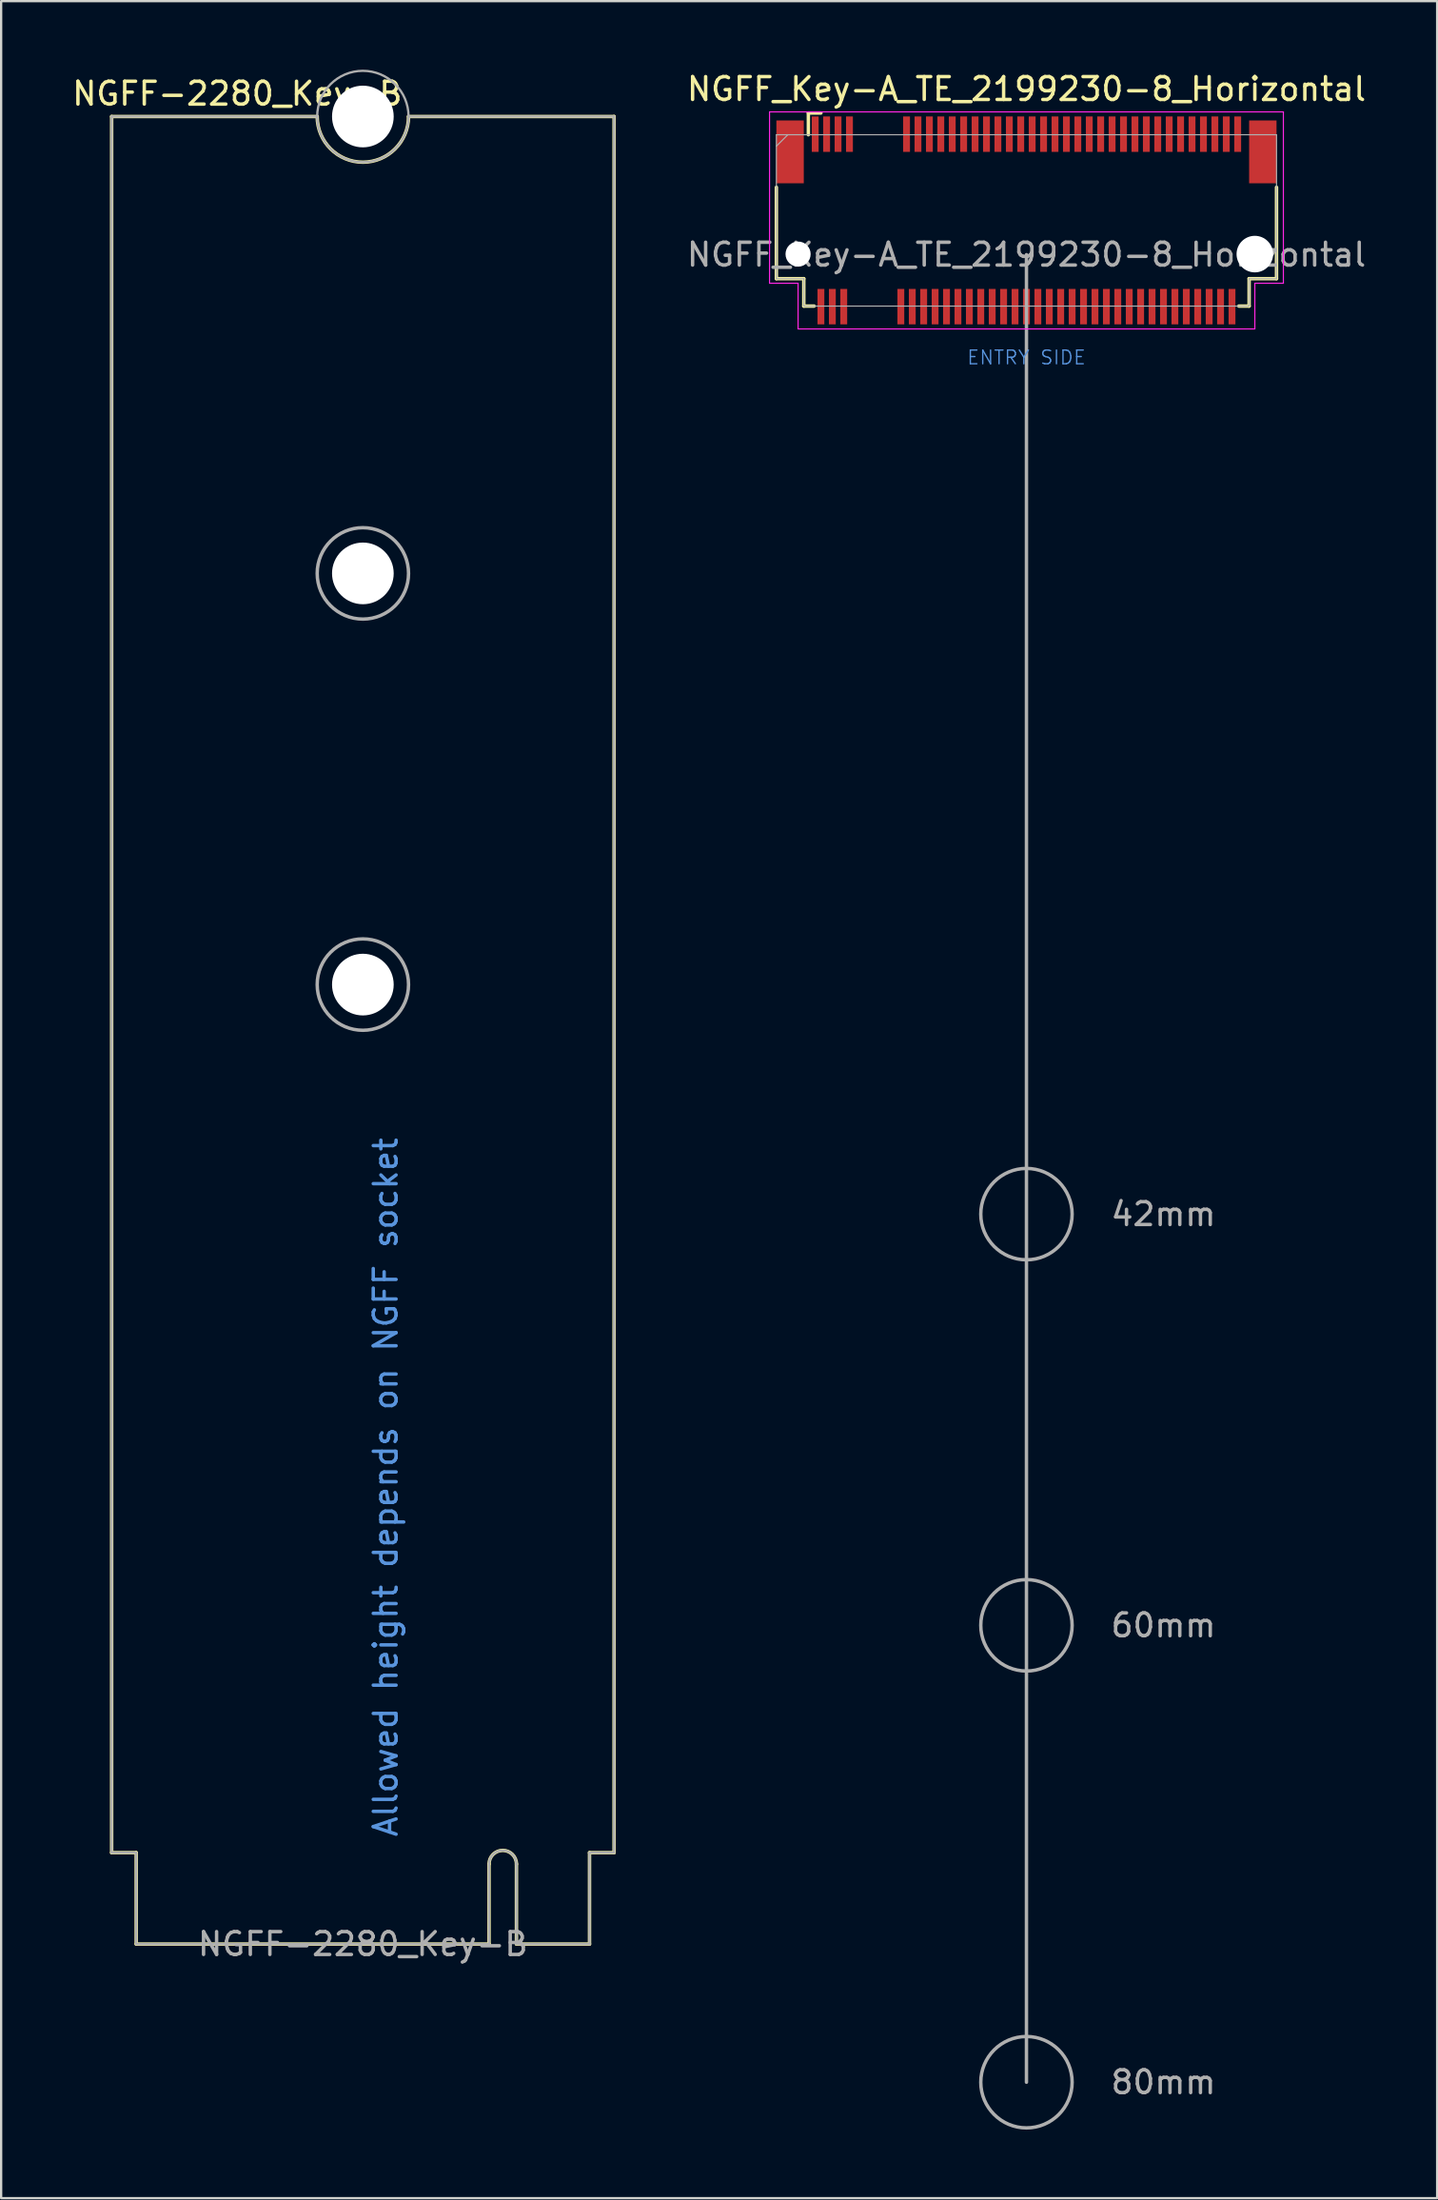
<source format=kicad_pcb>
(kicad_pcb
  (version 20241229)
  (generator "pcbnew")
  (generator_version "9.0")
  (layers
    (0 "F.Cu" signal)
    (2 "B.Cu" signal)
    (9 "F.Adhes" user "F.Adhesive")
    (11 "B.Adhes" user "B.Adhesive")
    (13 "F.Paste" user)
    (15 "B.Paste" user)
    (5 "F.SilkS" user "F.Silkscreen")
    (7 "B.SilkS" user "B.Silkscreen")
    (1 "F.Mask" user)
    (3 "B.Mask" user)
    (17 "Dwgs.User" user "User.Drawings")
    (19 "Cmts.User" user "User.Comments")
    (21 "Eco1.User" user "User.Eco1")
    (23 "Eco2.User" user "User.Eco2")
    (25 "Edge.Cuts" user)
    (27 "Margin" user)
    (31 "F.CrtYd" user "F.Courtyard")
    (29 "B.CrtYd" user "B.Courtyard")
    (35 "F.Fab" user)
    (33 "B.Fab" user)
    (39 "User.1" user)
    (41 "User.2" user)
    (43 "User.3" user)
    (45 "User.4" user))
  (footprint "NGFF_Key-A_TE_2199230-8_Horizontal"
    (layer "F.Cu")
    (at 41.896 8.098)
    (property "Reference" "NGFF_Key-A_TE_2199230-8_Horizontal" (at 0 -7.25 0) (layer "F.SilkS") (effects (font (size 1 1) (thickness 0.15))))
    (attr through_hole)
    (fp_line (start -10.95 1.05) (end -10.95 -2.95) (stroke (width 0.15) (type solid)) (layer "F.SilkS"))
    (fp_line (start -9.75 1.05) (end -10.95 1.05) (stroke (width 0.15) (type solid)) (layer "F.SilkS"))
    (fp_line (start -9.75 2.25) (end -9.75 1.05) (stroke (width 0.15) (type solid)) (layer "F.SilkS"))
    (fp_line (start -9.55 -6.2) (end -9 -6.2) (stroke (width 0.15) (type solid)) (layer "F.SilkS"))
    (fp_line (start -9.55 -5.25) (end -9.55 -6.2) (stroke (width 0.15) (type solid)) (layer "F.SilkS"))
    (fp_line (start -9.3 2.25) (end -9.75 2.25) (stroke (width 0.15) (type solid)) (layer "F.SilkS"))
    (fp_line (start 9.75 1.05) (end 9.75 2.25) (stroke (width 0.15) (type solid)) (layer "F.SilkS"))
    (fp_line (start 9.75 2.25) (end 9.3 2.25) (stroke (width 0.15) (type solid)) (layer "F.SilkS"))
    (fp_line (start 10.95 1.05) (end 9.75 1.05) (stroke (width 0.15) (type solid)) (layer "F.SilkS"))
    (fp_line (start 10.95 1.05) (end 10.95 -2.95) (stroke (width 0.15) (type solid)) (layer "F.SilkS"))
    (fp_line (start -11.25 -6.25) (end 11.25 -6.25) (stroke (width 0.05) (type solid)) (layer "F.CrtYd"))
    (fp_line (start -11.25 1.25) (end -11.25 -6.25) (stroke (width 0.05) (type solid)) (layer "F.CrtYd"))
    (fp_line (start -10 1.25) (end -11.25 1.25) (stroke (width 0.05) (type solid)) (layer "F.CrtYd"))
    (fp_line (start -10 3.25) (end -10 1.25) (stroke (width 0.05) (type solid)) (layer "F.CrtYd"))
    (fp_line (start 10 1.25) (end 10 3.25) (stroke (width 0.05) (type solid)) (layer "F.CrtYd"))
    (fp_line (start 10 3.25) (end -10 3.25) (stroke (width 0.05) (type solid)) (layer "F.CrtYd"))
    (fp_line (start 11.25 -6.25) (end 11.25 1.25) (stroke (width 0.05) (type solid)) (layer "F.CrtYd"))
    (fp_line (start 11.25 1.25) (end 10 1.25) (stroke (width 0.05) (type solid)) (layer "F.CrtYd"))
    (fp_line (start -10.95 -5.25) (end -10.95 1.05) (stroke (width 0.05) (type solid)) (layer "F.Fab"))
    (fp_line (start -10.95 -5.25) (end 10.95 -5.25) (stroke (width 0.05) (type solid)) (layer "F.Fab"))
    (fp_line (start -10.95 -4.75) (end -10.45 -5.25) (stroke (width 0.05) (type solid)) (layer "F.Fab"))
    (fp_line (start -10.95 1.05) (end -9.75 1.05) (stroke (width 0.05) (type solid)) (layer "F.Fab"))
    (fp_line (start -9.75 1.05) (end -9.75 2.25) (stroke (width 0.05) (type solid)) (layer "F.Fab"))
    (fp_line (start -9.75 2.25) (end 9.75 2.25) (stroke (width 0.05) (type solid)) (layer "F.Fab"))
    (fp_line (start 0 80) (end 0 0) (stroke (width 0.15) (type solid)) (layer "F.Fab"))
    (fp_line (start 9.75 1.05) (end 9.75 2.25) (stroke (width 0.05) (type solid)) (layer "F.Fab"))
    (fp_line (start 10.95 1.05) (end 9.75 1.05) (stroke (width 0.05) (type solid)) (layer "F.Fab"))
    (fp_line (start 10.95 1.05) (end 10.95 -5.25) (stroke (width 0.05) (type solid)) (layer "F.Fab"))
    (fp_circle (center 0 42) (end 2 42) (stroke (width 0.15) (type solid)) (fill no) (layer "F.Fab"))
    (fp_circle (center 0 60) (end 2 60) (stroke (width 0.15) (type solid)) (fill no) (layer "F.Fab"))
    (fp_circle (center 0 80) (end 2 80) (stroke (width 0.15) (type solid)) (fill no) (layer "F.Fab"))
    (fp_text user "ENTRY SIDE" (at 0 4.5 0) (layer "Cmts.User") (effects (font (size 0.6 0.6) (thickness 0.06))))
    (fp_text user "${REFERENCE}" (at -10.1 -4.8 0) (layer "Eco1.User") (effects (font (size 0.3 0.3) (thickness 0.03))))
    (fp_text user "${REFERENCE}" (at 0 0 0) (layer "F.Fab") (effects (font (size 1 1) (thickness 0.15))))
    (fp_text user "42mm" (at 6 42 0) (layer "F.Fab") (effects (font (size 1 1) (thickness 0.15))))
    (fp_text user "80mm" (at 6 80 0) (layer "F.Fab") (effects (font (size 1 1) (thickness 0.15))))
    (fp_text user "60mm" (at 6 60 0) (layer "F.Fab") (effects (font (size 1 1) (thickness 0.15))))
    (pad "" smd rect (at -10.35 -4.5) (size 1.2 2.75) (layers "F.Cu" "F.Mask" "F.Paste"))
    (pad "" np_thru_hole circle (at -10 -0.025) (size 1.1 1.1) (drill 1.1) (layers "*.Cu"))
    (pad "" np_thru_hole circle (at 10 -0.025) (size 1.6 1.6) (drill 1.6) (layers "*.Cu"))
    (pad "" smd rect (at 10.35 -4.5) (size 1.2 2.75) (layers "F.Cu" "F.Mask" "F.Paste"))
    (pad "1" smd rect (at -9.25 -5.275) (size 0.3 1.55) (layers "F.Cu" "F.Mask" "F.Paste"))
    (pad "2" smd rect (at -9 2.275) (size 0.3 1.55) (layers "F.Cu" "F.Mask" "F.Paste"))
    (pad "3" smd rect (at -8.75 -5.275) (size 0.3 1.55) (layers "F.Cu" "F.Mask" "F.Paste"))
    (pad "4" smd rect (at -8.5 2.275) (size 0.3 1.55) (layers "F.Cu" "F.Mask" "F.Paste"))
    (pad "5" smd rect (at -8.25 -5.275) (size 0.3 1.55) (layers "F.Cu" "F.Mask" "F.Paste"))
    (pad "6" smd rect (at -8 2.275) (size 0.3 1.55) (layers "F.Cu" "F.Mask" "F.Paste"))
    (pad "7" smd rect (at -7.75 -5.275) (size 0.3 1.55) (layers "F.Cu" "F.Mask" "F.Paste"))
    (pad "16" smd rect (at -5.5 2.275) (size 0.3 1.55) (layers "F.Cu" "F.Mask" "F.Paste"))
    (pad "17" smd rect (at -5.25 -5.275) (size 0.3 1.55) (layers "F.Cu" "F.Mask" "F.Paste"))
    (pad "18" smd rect (at -5 2.275) (size 0.3 1.55) (layers "F.Cu" "F.Mask" "F.Paste"))
    (pad "19" smd rect (at -4.75 -5.275) (size 0.3 1.55) (layers "F.Cu" "F.Mask" "F.Paste"))
    (pad "20" smd rect (at -4.5 2.275) (size 0.3 1.55) (layers "F.Cu" "F.Mask" "F.Paste"))
    (pad "21" smd rect (at -4.25 -5.275) (size 0.3 1.55) (layers "F.Cu" "F.Mask" "F.Paste"))
    (pad "22" smd rect (at -4 2.275) (size 0.3 1.55) (layers "F.Cu" "F.Mask" "F.Paste"))
    (pad "23" smd rect (at -3.75 -5.275) (size 0.3 1.55) (layers "F.Cu" "F.Mask" "F.Paste"))
    (pad "24" smd rect (at -3.5 2.275) (size 0.3 1.55) (layers "F.Cu" "F.Mask" "F.Paste"))
    (pad "25" smd rect (at -3.25 -5.275) (size 0.3 1.55) (layers "F.Cu" "F.Mask" "F.Paste"))
    (pad "26" smd rect (at -3 2.275) (size 0.3 1.55) (layers "F.Cu" "F.Mask" "F.Paste"))
    (pad "27" smd rect (at -2.75 -5.275) (size 0.3 1.55) (layers "F.Cu" "F.Mask" "F.Paste"))
    (pad "28" smd rect (at -2.5 2.275) (size 0.3 1.55) (layers "F.Cu" "F.Mask" "F.Paste"))
    (pad "29" smd rect (at -2.25 -5.275) (size 0.3 1.55) (layers "F.Cu" "F.Mask" "F.Paste"))
    (pad "30" smd rect (at -2 2.275) (size 0.3 1.55) (layers "F.Cu" "F.Mask" "F.Paste"))
    (pad "31" smd rect (at -1.75 -5.275) (size 0.3 1.55) (layers "F.Cu" "F.Mask" "F.Paste"))
    (pad "32" smd rect (at -1.5 2.275) (size 0.3 1.55) (layers "F.Cu" "F.Mask" "F.Paste"))
    (pad "33" smd rect (at -1.25 -5.275) (size 0.3 1.55) (layers "F.Cu" "F.Mask" "F.Paste"))
    (pad "34" smd rect (at -1 2.275) (size 0.3 1.55) (layers "F.Cu" "F.Mask" "F.Paste"))
    (pad "35" smd rect (at -0.75 -5.275) (size 0.3 1.55) (layers "F.Cu" "F.Mask" "F.Paste"))
    (pad "36" smd rect (at -0.5 2.275) (size 0.3 1.55) (layers "F.Cu" "F.Mask" "F.Paste"))
    (pad "37" smd rect (at -0.25 -5.275) (size 0.3 1.55) (layers "F.Cu" "F.Mask" "F.Paste"))
    (pad "38" smd rect (at 0 2.275) (size 0.3 1.55) (layers "F.Cu" "F.Mask" "F.Paste"))
    (pad "39" smd rect (at 0.25 -5.275) (size 0.3 1.55) (layers "F.Cu" "F.Mask" "F.Paste"))
    (pad "40" smd rect (at 0.5 2.275) (size 0.3 1.55) (layers "F.Cu" "F.Mask" "F.Paste"))
    (pad "41" smd rect (at 0.75 -5.275) (size 0.3 1.55) (layers "F.Cu" "F.Mask" "F.Paste"))
    (pad "42" smd rect (at 1 2.275) (size 0.3 1.55) (layers "F.Cu" "F.Mask" "F.Paste"))
    (pad "43" smd rect (at 1.25 -5.275) (size 0.3 1.55) (layers "F.Cu" "F.Mask" "F.Paste"))
    (pad "44" smd rect (at 1.5 2.275) (size 0.3 1.55) (layers "F.Cu" "F.Mask" "F.Paste"))
    (pad "45" smd rect (at 1.75 -5.275) (size 0.3 1.55) (layers "F.Cu" "F.Mask" "F.Paste"))
    (pad "46" smd rect (at 2 2.275) (size 0.3 1.55) (layers "F.Cu" "F.Mask" "F.Paste"))
    (pad "47" smd rect (at 2.25 -5.275) (size 0.3 1.55) (layers "F.Cu" "F.Mask" "F.Paste"))
    (pad "48" smd rect (at 2.5 2.275) (size 0.3 1.55) (layers "F.Cu" "F.Mask" "F.Paste"))
    (pad "49" smd rect (at 2.75 -5.275) (size 0.3 1.55) (layers "F.Cu" "F.Mask" "F.Paste"))
    (pad "50" smd rect (at 3 2.275) (size 0.3 1.55) (layers "F.Cu" "F.Mask" "F.Paste"))
    (pad "51" smd rect (at 3.25 -5.275) (size 0.3 1.55) (layers "F.Cu" "F.Mask" "F.Paste"))
    (pad "52" smd rect (at 3.5 2.275) (size 0.3 1.55) (layers "F.Cu" "F.Mask" "F.Paste"))
    (pad "53" smd rect (at 3.75 -5.275) (size 0.3 1.55) (layers "F.Cu" "F.Mask" "F.Paste"))
    (pad "54" smd rect (at 4 2.275) (size 0.3 1.55) (layers "F.Cu" "F.Mask" "F.Paste"))
    (pad "55" smd rect (at 4.25 -5.275) (size 0.3 1.55) (layers "F.Cu" "F.Mask" "F.Paste"))
    (pad "56" smd rect (at 4.5 2.275) (size 0.3 1.55) (layers "F.Cu" "F.Mask" "F.Paste"))
    (pad "57" smd rect (at 4.75 -5.275) (size 0.3 1.55) (layers "F.Cu" "F.Mask" "F.Paste"))
    (pad "58" smd rect (at 5 2.275) (size 0.3 1.55) (layers "F.Cu" "F.Mask" "F.Paste"))
    (pad "59" smd rect (at 5.25 -5.275) (size 0.3 1.55) (layers "F.Cu" "F.Mask" "F.Paste"))
    (pad "60" smd rect (at 5.5 2.275) (size 0.3 1.55) (layers "F.Cu" "F.Mask" "F.Paste"))
    (pad "61" smd rect (at 5.75 -5.275) (size 0.3 1.55) (layers "F.Cu" "F.Mask" "F.Paste"))
    (pad "62" smd rect (at 6 2.275) (size 0.3 1.55) (layers "F.Cu" "F.Mask" "F.Paste"))
    (pad "63" smd rect (at 6.25 -5.275) (size 0.3 1.55) (layers "F.Cu" "F.Mask" "F.Paste"))
    (pad "64" smd rect (at 6.5 2.275) (size 0.3 1.55) (layers "F.Cu" "F.Mask" "F.Paste"))
    (pad "65" smd rect (at 6.75 -5.275) (size 0.3 1.55) (layers "F.Cu" "F.Mask" "F.Paste"))
    (pad "66" smd rect (at 7 2.275) (size 0.3 1.55) (layers "F.Cu" "F.Mask" "F.Paste"))
    (pad "67" smd rect (at 7.25 -5.275) (size 0.3 1.55) (layers "F.Cu" "F.Mask" "F.Paste"))
    (pad "68" smd rect (at 7.5 2.275) (size 0.3 1.55) (layers "F.Cu" "F.Mask" "F.Paste"))
    (pad "69" smd rect (at 7.75 -5.275) (size 0.3 1.55) (layers "F.Cu" "F.Mask" "F.Paste"))
    (pad "70" smd rect (at 8 2.275) (size 0.3 1.55) (layers "F.Cu" "F.Mask" "F.Paste"))
    (pad "71" smd rect (at 8.25 -5.275) (size 0.3 1.55) (layers "F.Cu" "F.Mask" "F.Paste"))
    (pad "72" smd rect (at 8.5 2.275) (size 0.3 1.55) (layers "F.Cu" "F.Mask" "F.Paste"))
    (pad "73" smd rect (at 8.75 -5.275) (size 0.3 1.55) (layers "F.Cu" "F.Mask" "F.Paste"))
    (pad "74" smd rect (at 9 2.275) (size 0.3 1.55) (layers "F.Cu" "F.Mask" "F.Paste"))
    (pad "75" smd rect (at 9.25 -5.275) (size 0.3 1.55) (layers "F.Cu" "F.Mask" "F.Paste")))
  (footprint "NGFF-2280_Key-B"
    (layer "F.Cu")
    (at 12.839 82.05)
    (property "Reference" "NGFF-2280_Key-B" (at -5.5 -81 180) (layer "F.SilkS") (effects (font (size 1 1) (thickness 0.15))))
    (attr through_hole)
    (fp_line (start -11 -80) (end -2 -80) (stroke (width 0.15) (type solid)) (layer "F.SilkS"))
    (fp_line (start -11 -4) (end -11 -80) (stroke (width 0.15) (type solid)) (layer "F.SilkS"))
    (fp_line (start -9.925 -4) (end -11 -4) (stroke (width 0.15) (type solid)) (layer "F.SilkS"))
    (fp_line (start -9.925 0) (end -9.925 -4) (stroke (width 0.15) (type solid)) (layer "F.SilkS"))
    (fp_line (start 2 -80) (end 11 -80) (stroke (width 0.15) (type solid)) (layer "F.SilkS"))
    (fp_line (start 5.525 -3.5) (end 5.525 0) (stroke (width 0.15) (type solid)) (layer "F.SilkS"))
    (fp_line (start 5.525 0) (end -9.925 0) (stroke (width 0.15) (type solid)) (layer "F.SilkS"))
    (fp_line (start 6.725 0) (end 6.725 -3.5) (stroke (width 0.15) (type solid)) (layer "F.SilkS"))
    (fp_line (start 9.925 -4) (end 9.925 0) (stroke (width 0.15) (type solid)) (layer "F.SilkS"))
    (fp_line (start 9.925 0) (end 6.725 0) (stroke (width 0.15) (type solid)) (layer "F.SilkS"))
    (fp_line (start 11 -80) (end 11 -4) (stroke (width 0.15) (type solid)) (layer "F.SilkS"))
    (fp_line (start 11 -4) (end 9.925 -4) (stroke (width 0.15) (type solid)) (layer "F.SilkS"))
    (fp_arc (start 2 -80) (mid 0 -78) (end -2 -80) (stroke (width 0.15) (type solid)) (layer "F.SilkS"))
    (fp_arc (start 5.525 -3.5) (mid 6.125 -4.1) (end 6.725 -3.5) (stroke (width 0.15) (type solid)) (layer "F.SilkS"))
    (fp_line (start -11 -80) (end -2 -80) (stroke (width 0.1) (type solid)) (layer "F.Fab"))
    (fp_line (start -11 -4) (end -11 -80) (stroke (width 0.1) (type solid)) (layer "F.Fab"))
    (fp_line (start -9.925 -4) (end -11 -4) (stroke (width 0.1) (type solid)) (layer "F.Fab"))
    (fp_line (start -9.925 0) (end -9.925 -4) (stroke (width 0.1) (type solid)) (layer "F.Fab"))
    (fp_line (start 2 -80) (end 11 -80) (stroke (width 0.1) (type solid)) (layer "F.Fab"))
    (fp_line (start 5.525 -3.5) (end 5.525 0) (stroke (width 0.1) (type solid)) (layer "F.Fab"))
    (fp_line (start 5.525 0) (end -9.925 0) (stroke (width 0.1) (type solid)) (layer "F.Fab"))
    (fp_line (start 6.725 0) (end 6.725 -3.5) (stroke (width 0.1) (type solid)) (layer "F.Fab"))
    (fp_line (start 9.925 -4) (end 9.925 0) (stroke (width 0.1) (type solid)) (layer "F.Fab"))
    (fp_line (start 9.925 0) (end 6.725 0) (stroke (width 0.1) (type solid)) (layer "F.Fab"))
    (fp_line (start 11 -80) (end 11 -4) (stroke (width 0.1) (type solid)) (layer "F.Fab"))
    (fp_line (start 11 -4) (end 9.925 -4) (stroke (width 0.1) (type solid)) (layer "F.Fab"))
    (fp_arc (start 5.525 -3.5) (mid 6.125 -4.1) (end 6.725 -3.5) (stroke (width 0.1) (type solid)) (layer "F.Fab"))
    (fp_circle (center 0 -80) (end -2 -80) (stroke (width 0.1) (type solid)) (fill no) (layer "F.Fab"))
    (fp_circle (center 0 -60) (end -2 -60) (stroke (width 0.15) (type solid)) (fill no) (layer "F.Fab"))
    (fp_circle (center 0 -42) (end -2 -42) (stroke (width 0.15) (type solid)) (fill no) (layer "F.Fab"))
    (fp_text user "Allowed height depends on NGFF socket" (at 1 -20 270) (layer "Cmts.User") (effects (font (size 1 1) (thickness 0.15))))
    (fp_text user "${REFERENCE}" (at 0 0 180) (layer "F.Fab") (effects (font (size 1 1) (thickness 0.15))))
    (pad "" np_thru_hole circle (at 0 -80 180) (size 2.7 2.7) (drill 2.7) (layers "*.Cu" "*.Mask"))
    (pad "" np_thru_hole circle (at 0 -60 180) (size 2.7 2.7) (drill 2.7) (layers "*.Cu" "*.Mask"))
    (pad "" np_thru_hole circle (at 0 -42 180) (size 2.7 2.7) (drill 2.7) (layers "*.Cu" "*.Mask")))
  (gr_rect
    (start -3 -3)
    (end 59.879 93.173)
    (stroke (width 0.1) (type default))
    (fill no)
    (layer "Edge.Cuts")))
</source>
